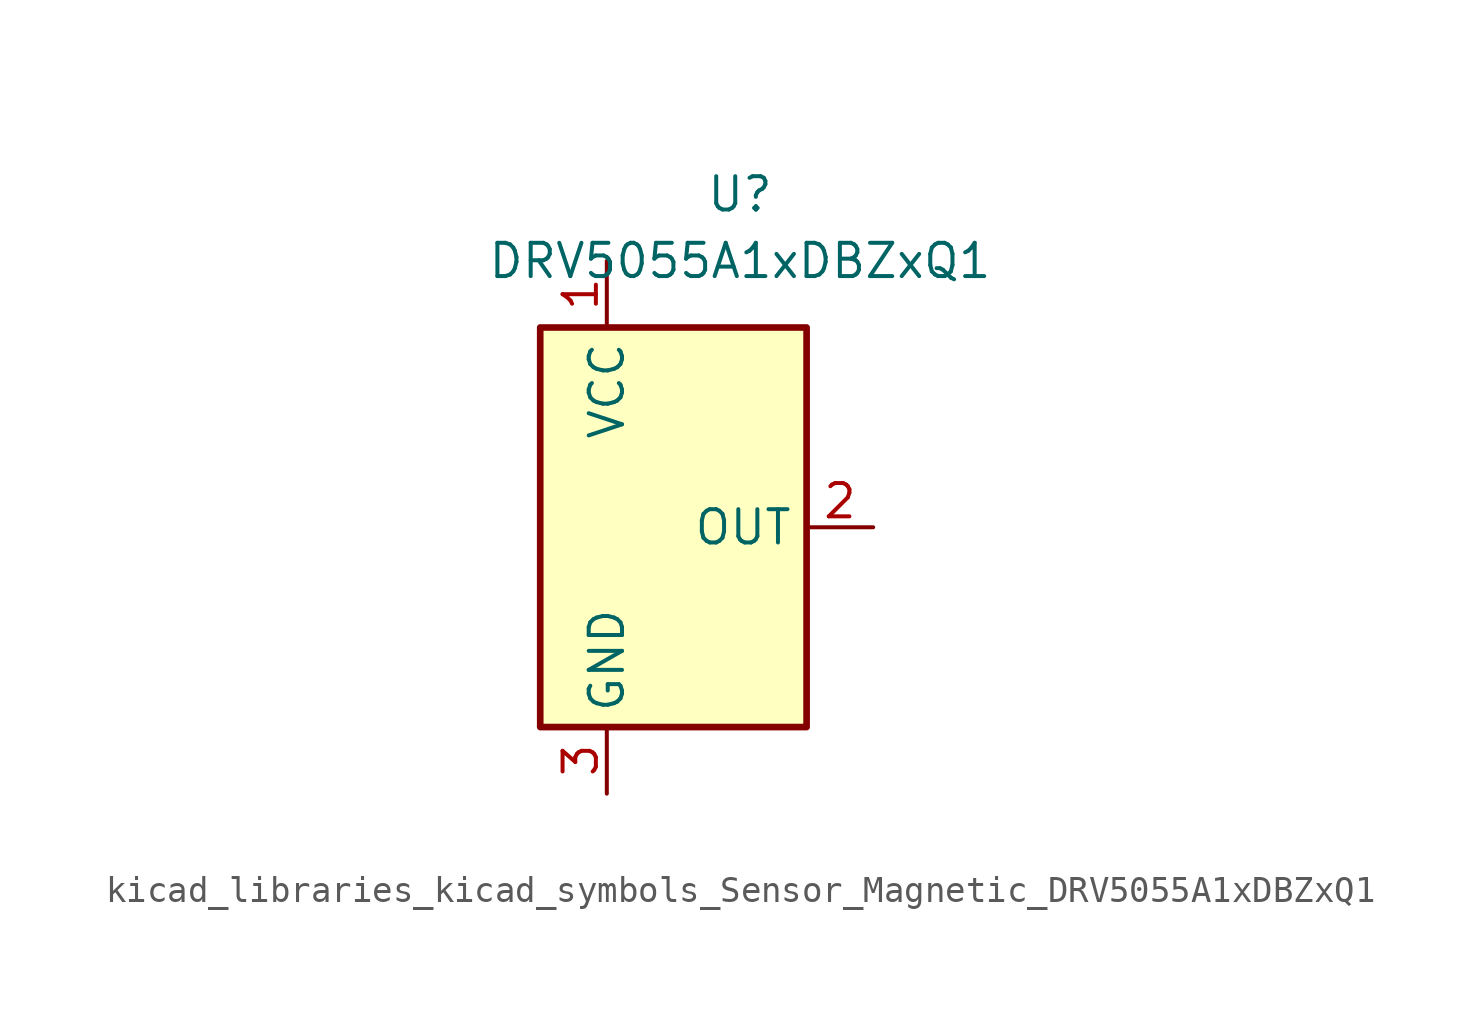
<source format=kicad_sym>
(kicad_symbol_lib
  (version 20220914)
  (generator kicad_symbol_editor)
  (symbol "kicad_libraries_kicad_symbols_Sensor_Magnetic_DRV5055A1xDBZxQ1"
    (property "Reference" "U"
      (at 2.54 12.7 0)
      (effects (font (size 1.27 1.27))))
    (property "Value" "DRV5055A1xDBZxQ1"
      (at 2.54 10.16 0)
      (effects (font (size 1.27 1.27))))
    (symbol "kicad_libraries_kicad_symbols_Sensor_Magnetic_DRV5055A1xDBZxQ1_1_1"
      (rectangle (start -5.08 7.62) (end 5.08 -7.62) (stroke (width 0.254) (type default)) (fill (type background)))
      (pin power_in line (at -2.54 10.16 270) (length 2.54) (name "VCC" (effects (font (size 1.27 1.27)))) (number "1" (effects (font (size 1.27 1.27)))))
      (pin output line (at 7.62 0 180) (length 2.54) (name "OUT" (effects (font (size 1.27 1.27)))) (number "2" (effects (font (size 1.27 1.27)))))
      (pin power_in line (at -2.54 -10.16 90) (length 2.54) (name "GND" (effects (font (size 1.27 1.27)))) (number "3" (effects (font (size 1.27 1.27))))))))
</source>
